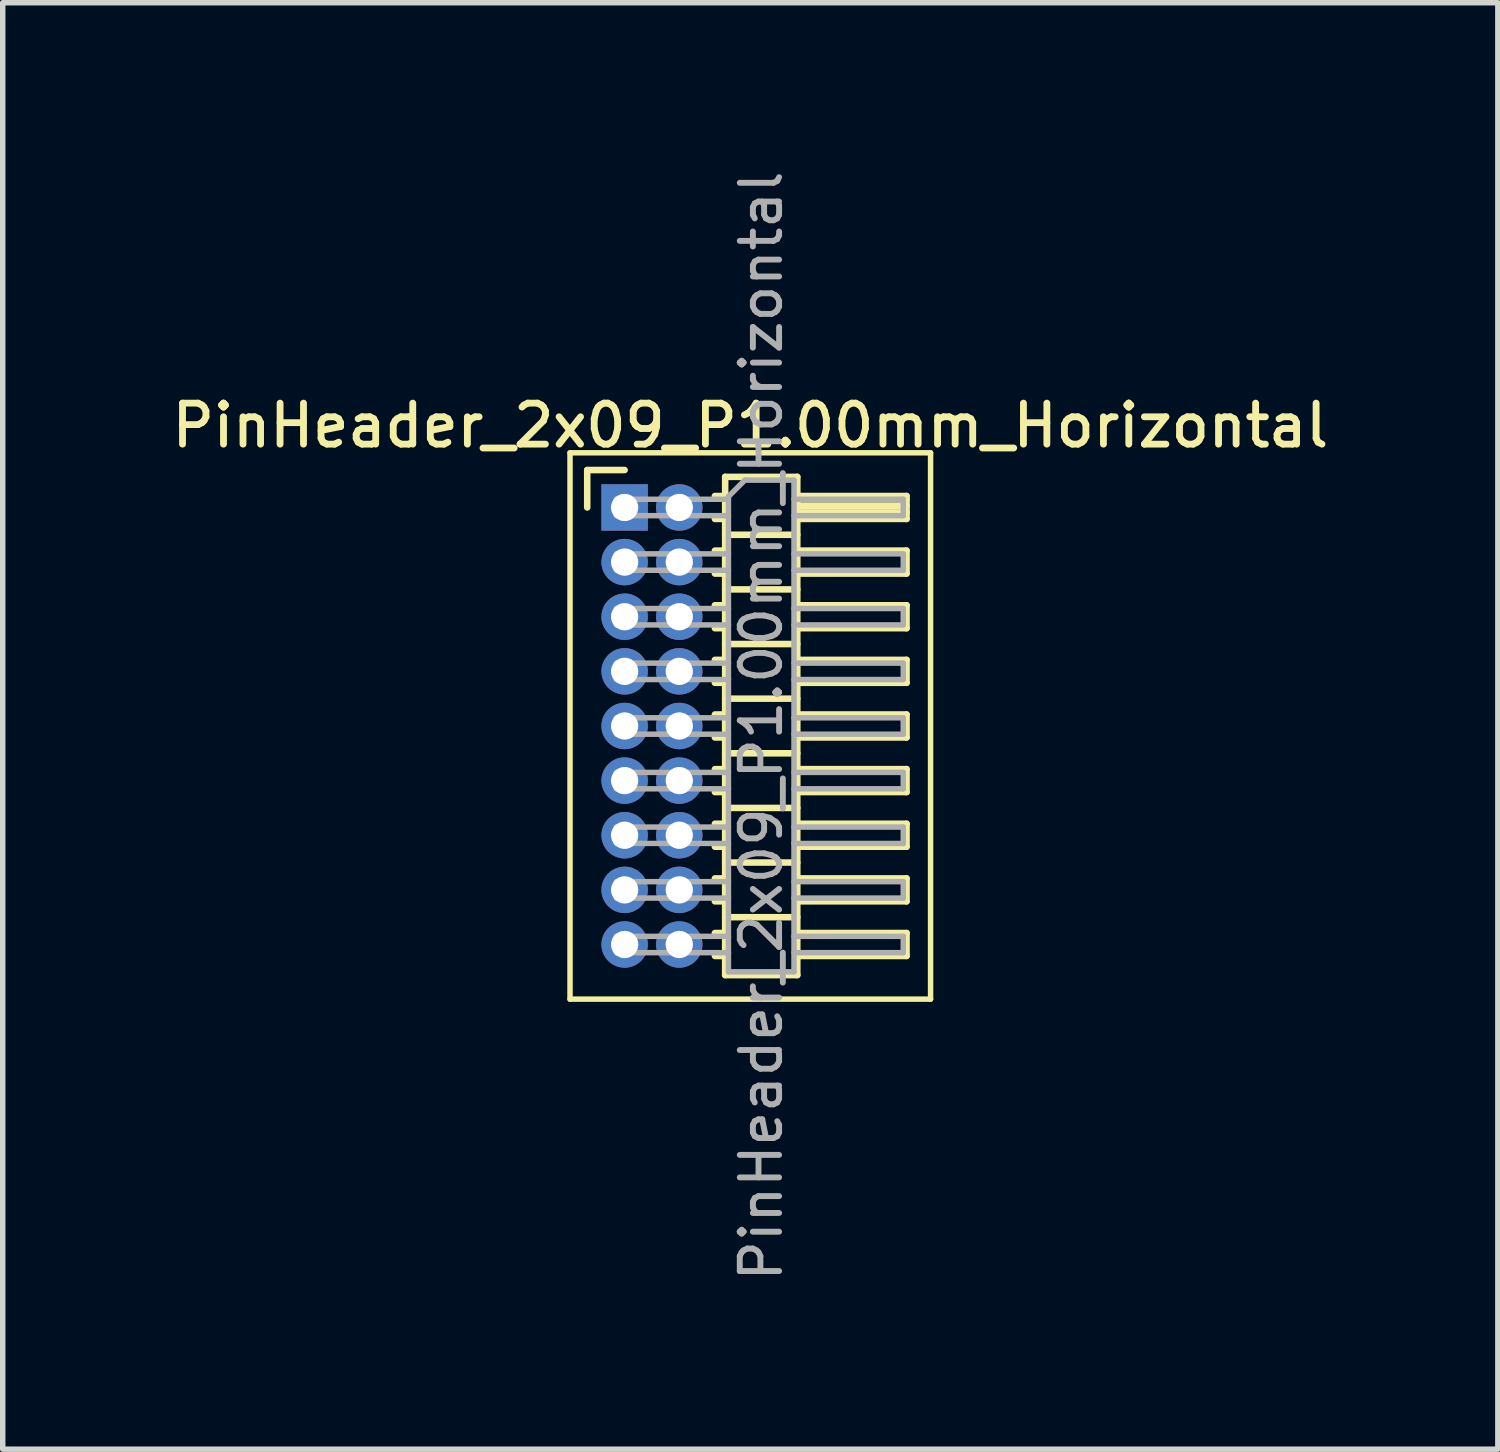
<source format=kicad_pcb>
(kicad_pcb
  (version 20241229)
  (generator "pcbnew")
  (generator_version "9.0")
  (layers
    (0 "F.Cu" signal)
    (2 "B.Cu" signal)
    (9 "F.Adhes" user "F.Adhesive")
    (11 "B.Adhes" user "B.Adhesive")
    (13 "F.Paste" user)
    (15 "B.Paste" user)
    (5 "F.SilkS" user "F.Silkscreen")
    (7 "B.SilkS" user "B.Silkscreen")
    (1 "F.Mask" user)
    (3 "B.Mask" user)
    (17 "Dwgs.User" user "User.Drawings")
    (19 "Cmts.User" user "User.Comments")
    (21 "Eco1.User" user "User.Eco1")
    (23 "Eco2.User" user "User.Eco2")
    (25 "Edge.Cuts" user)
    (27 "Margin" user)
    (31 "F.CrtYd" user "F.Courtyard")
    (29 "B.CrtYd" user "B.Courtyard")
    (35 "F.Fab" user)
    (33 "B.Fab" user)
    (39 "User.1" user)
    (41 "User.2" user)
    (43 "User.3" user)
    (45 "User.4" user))
  (footprint "PinHeader_2x09_P1.00mm_Horizontal"
    (layer "F.Cu")
    (at 8.384 6.239)
    (property "Reference" "PinHeader_2x09_P1.00mm_Horizontal" (at 2.3 -1.5 0) (layer "F.SilkS") (effects (font (size 0.75 0.75) (thickness 0.125))))
    (attr through_hole)
    (fp_line (start -1 -1) (end -1 9) (stroke (width 0.1) (type solid)) (layer "F.SilkS"))
    (fp_line (start -1 9) (end 5.6 9) (stroke (width 0.1) (type solid)) (layer "F.SilkS"))
    (fp_line (start -0.685 -0.685) (end 0 -0.685) (stroke (width 0.12) (type solid)) (layer "F.SilkS"))
    (fp_line (start -0.685 0) (end -0.685 -0.685) (stroke (width 0.12) (type solid)) (layer "F.SilkS"))
    (fp_line (start 1.652 -0.21) (end 1.84 -0.21) (stroke (width 0.12) (type solid)) (layer "F.SilkS"))
    (fp_line (start 1.652 0.21) (end 1.84 0.21) (stroke (width 0.12) (type solid)) (layer "F.SilkS"))
    (fp_line (start 1.652 0.79) (end 1.84 0.79) (stroke (width 0.12) (type solid)) (layer "F.SilkS"))
    (fp_line (start 1.652 1.21) (end 1.84 1.21) (stroke (width 0.12) (type solid)) (layer "F.SilkS"))
    (fp_line (start 1.652 1.79) (end 1.84 1.79) (stroke (width 0.12) (type solid)) (layer "F.SilkS"))
    (fp_line (start 1.652 2.21) (end 1.84 2.21) (stroke (width 0.12) (type solid)) (layer "F.SilkS"))
    (fp_line (start 1.652 2.79) (end 1.84 2.79) (stroke (width 0.12) (type solid)) (layer "F.SilkS"))
    (fp_line (start 1.652 3.21) (end 1.84 3.21) (stroke (width 0.12) (type solid)) (layer "F.SilkS"))
    (fp_line (start 1.652 3.79) (end 1.84 3.79) (stroke (width 0.12) (type solid)) (layer "F.SilkS"))
    (fp_line (start 1.652 4.21) (end 1.84 4.21) (stroke (width 0.12) (type solid)) (layer "F.SilkS"))
    (fp_line (start 1.652 4.79) (end 1.84 4.79) (stroke (width 0.12) (type solid)) (layer "F.SilkS"))
    (fp_line (start 1.652 5.21) (end 1.84 5.21) (stroke (width 0.12) (type solid)) (layer "F.SilkS"))
    (fp_line (start 1.652 5.79) (end 1.84 5.79) (stroke (width 0.12) (type solid)) (layer "F.SilkS"))
    (fp_line (start 1.652 6.21) (end 1.84 6.21) (stroke (width 0.12) (type solid)) (layer "F.SilkS"))
    (fp_line (start 1.652 6.79) (end 1.84 6.79) (stroke (width 0.12) (type solid)) (layer "F.SilkS"))
    (fp_line (start 1.652 7.21) (end 1.84 7.21) (stroke (width 0.12) (type solid)) (layer "F.SilkS"))
    (fp_line (start 1.652 7.79) (end 1.84 7.79) (stroke (width 0.12) (type solid)) (layer "F.SilkS"))
    (fp_line (start 1.652 8.21) (end 1.84 8.21) (stroke (width 0.12) (type solid)) (layer "F.SilkS"))
    (fp_line (start 1.84 -0.56) (end 1.84 8.56) (stroke (width 0.12) (type solid)) (layer "F.SilkS"))
    (fp_line (start 1.84 0.5) (end 3.16 0.5) (stroke (width 0.12) (type solid)) (layer "F.SilkS"))
    (fp_line (start 1.84 1.5) (end 3.16 1.5) (stroke (width 0.12) (type solid)) (layer "F.SilkS"))
    (fp_line (start 1.84 2.5) (end 3.16 2.5) (stroke (width 0.12) (type solid)) (layer "F.SilkS"))
    (fp_line (start 1.84 3.5) (end 3.16 3.5) (stroke (width 0.12) (type solid)) (layer "F.SilkS"))
    (fp_line (start 1.84 4.5) (end 3.16 4.5) (stroke (width 0.12) (type solid)) (layer "F.SilkS"))
    (fp_line (start 1.84 5.5) (end 3.16 5.5) (stroke (width 0.12) (type solid)) (layer "F.SilkS"))
    (fp_line (start 1.84 6.5) (end 3.16 6.5) (stroke (width 0.12) (type solid)) (layer "F.SilkS"))
    (fp_line (start 1.84 7.5) (end 3.16 7.5) (stroke (width 0.12) (type solid)) (layer "F.SilkS"))
    (fp_line (start 1.84 8.56) (end 3.16 8.56) (stroke (width 0.12) (type solid)) (layer "F.SilkS"))
    (fp_line (start 3.16 -0.56) (end 1.84 -0.56) (stroke (width 0.12) (type solid)) (layer "F.SilkS"))
    (fp_line (start 3.16 -0.21) (end 5.16 -0.21) (stroke (width 0.12) (type solid)) (layer "F.SilkS"))
    (fp_line (start 3.16 -0.15) (end 5.16 -0.15) (stroke (width 0.12) (type solid)) (layer "F.SilkS"))
    (fp_line (start 3.16 -0.03) (end 5.16 -0.03) (stroke (width 0.12) (type solid)) (layer "F.SilkS"))
    (fp_line (start 3.16 0.09) (end 5.16 0.09) (stroke (width 0.12) (type solid)) (layer "F.SilkS"))
    (fp_line (start 3.16 0.79) (end 5.16 0.79) (stroke (width 0.12) (type solid)) (layer "F.SilkS"))
    (fp_line (start 3.16 1.79) (end 5.16 1.79) (stroke (width 0.12) (type solid)) (layer "F.SilkS"))
    (fp_line (start 3.16 2.79) (end 5.16 2.79) (stroke (width 0.12) (type solid)) (layer "F.SilkS"))
    (fp_line (start 3.16 3.79) (end 5.16 3.79) (stroke (width 0.12) (type solid)) (layer "F.SilkS"))
    (fp_line (start 3.16 4.79) (end 5.16 4.79) (stroke (width 0.12) (type solid)) (layer "F.SilkS"))
    (fp_line (start 3.16 5.79) (end 5.16 5.79) (stroke (width 0.12) (type solid)) (layer "F.SilkS"))
    (fp_line (start 3.16 6.79) (end 5.16 6.79) (stroke (width 0.12) (type solid)) (layer "F.SilkS"))
    (fp_line (start 3.16 7.79) (end 5.16 7.79) (stroke (width 0.12) (type solid)) (layer "F.SilkS"))
    (fp_line (start 3.16 8.56) (end 3.16 -0.56) (stroke (width 0.12) (type solid)) (layer "F.SilkS"))
    (fp_line (start 5.16 -0.21) (end 5.16 0.21) (stroke (width 0.12) (type solid)) (layer "F.SilkS"))
    (fp_line (start 5.16 0.21) (end 3.16 0.21) (stroke (width 0.12) (type solid)) (layer "F.SilkS"))
    (fp_line (start 5.16 0.79) (end 5.16 1.21) (stroke (width 0.12) (type solid)) (layer "F.SilkS"))
    (fp_line (start 5.16 1.21) (end 3.16 1.21) (stroke (width 0.12) (type solid)) (layer "F.SilkS"))
    (fp_line (start 5.16 1.79) (end 5.16 2.21) (stroke (width 0.12) (type solid)) (layer "F.SilkS"))
    (fp_line (start 5.16 2.21) (end 3.16 2.21) (stroke (width 0.12) (type solid)) (layer "F.SilkS"))
    (fp_line (start 5.16 2.79) (end 5.16 3.21) (stroke (width 0.12) (type solid)) (layer "F.SilkS"))
    (fp_line (start 5.16 3.21) (end 3.16 3.21) (stroke (width 0.12) (type solid)) (layer "F.SilkS"))
    (fp_line (start 5.16 3.79) (end 5.16 4.21) (stroke (width 0.12) (type solid)) (layer "F.SilkS"))
    (fp_line (start 5.16 4.21) (end 3.16 4.21) (stroke (width 0.12) (type solid)) (layer "F.SilkS"))
    (fp_line (start 5.16 4.79) (end 5.16 5.21) (stroke (width 0.12) (type solid)) (layer "F.SilkS"))
    (fp_line (start 5.16 5.21) (end 3.16 5.21) (stroke (width 0.12) (type solid)) (layer "F.SilkS"))
    (fp_line (start 5.16 5.79) (end 5.16 6.21) (stroke (width 0.12) (type solid)) (layer "F.SilkS"))
    (fp_line (start 5.16 6.21) (end 3.16 6.21) (stroke (width 0.12) (type solid)) (layer "F.SilkS"))
    (fp_line (start 5.16 6.79) (end 5.16 7.21) (stroke (width 0.12) (type solid)) (layer "F.SilkS"))
    (fp_line (start 5.16 7.21) (end 3.16 7.21) (stroke (width 0.12) (type solid)) (layer "F.SilkS"))
    (fp_line (start 5.16 7.79) (end 5.16 8.21) (stroke (width 0.12) (type solid)) (layer "F.SilkS"))
    (fp_line (start 5.16 8.21) (end 3.16 8.21) (stroke (width 0.12) (type solid)) (layer "F.SilkS"))
    (fp_line (start 5.6 -1) (end -1 -1) (stroke (width 0.1) (type solid)) (layer "F.SilkS"))
    (fp_line (start 5.6 9) (end 5.6 -1) (stroke (width 0.1) (type solid)) (layer "F.SilkS"))
    (fp_line (start -0.15 -0.15) (end -0.15 0.15) (stroke (width 0.1) (type solid)) (layer "F.Fab"))
    (fp_line (start -0.15 -0.15) (end 1.9 -0.15) (stroke (width 0.1) (type solid)) (layer "F.Fab"))
    (fp_line (start -0.15 0.15) (end 1.9 0.15) (stroke (width 0.1) (type solid)) (layer "F.Fab"))
    (fp_line (start -0.15 0.85) (end -0.15 1.15) (stroke (width 0.1) (type solid)) (layer "F.Fab"))
    (fp_line (start -0.15 0.85) (end 1.9 0.85) (stroke (width 0.1) (type solid)) (layer "F.Fab"))
    (fp_line (start -0.15 1.15) (end 1.9 1.15) (stroke (width 0.1) (type solid)) (layer "F.Fab"))
    (fp_line (start -0.15 1.85) (end -0.15 2.15) (stroke (width 0.1) (type solid)) (layer "F.Fab"))
    (fp_line (start -0.15 1.85) (end 1.9 1.85) (stroke (width 0.1) (type solid)) (layer "F.Fab"))
    (fp_line (start -0.15 2.15) (end 1.9 2.15) (stroke (width 0.1) (type solid)) (layer "F.Fab"))
    (fp_line (start -0.15 2.85) (end -0.15 3.15) (stroke (width 0.1) (type solid)) (layer "F.Fab"))
    (fp_line (start -0.15 2.85) (end 1.9 2.85) (stroke (width 0.1) (type solid)) (layer "F.Fab"))
    (fp_line (start -0.15 3.15) (end 1.9 3.15) (stroke (width 0.1) (type solid)) (layer "F.Fab"))
    (fp_line (start -0.15 3.85) (end -0.15 4.15) (stroke (width 0.1) (type solid)) (layer "F.Fab"))
    (fp_line (start -0.15 3.85) (end 1.9 3.85) (stroke (width 0.1) (type solid)) (layer "F.Fab"))
    (fp_line (start -0.15 4.15) (end 1.9 4.15) (stroke (width 0.1) (type solid)) (layer "F.Fab"))
    (fp_line (start -0.15 4.85) (end -0.15 5.15) (stroke (width 0.1) (type solid)) (layer "F.Fab"))
    (fp_line (start -0.15 4.85) (end 1.9 4.85) (stroke (width 0.1) (type solid)) (layer "F.Fab"))
    (fp_line (start -0.15 5.15) (end 1.9 5.15) (stroke (width 0.1) (type solid)) (layer "F.Fab"))
    (fp_line (start -0.15 5.85) (end -0.15 6.15) (stroke (width 0.1) (type solid)) (layer "F.Fab"))
    (fp_line (start -0.15 5.85) (end 1.9 5.85) (stroke (width 0.1) (type solid)) (layer "F.Fab"))
    (fp_line (start -0.15 6.15) (end 1.9 6.15) (stroke (width 0.1) (type solid)) (layer "F.Fab"))
    (fp_line (start -0.15 6.85) (end -0.15 7.15) (stroke (width 0.1) (type solid)) (layer "F.Fab"))
    (fp_line (start -0.15 6.85) (end 1.9 6.85) (stroke (width 0.1) (type solid)) (layer "F.Fab"))
    (fp_line (start -0.15 7.15) (end 1.9 7.15) (stroke (width 0.1) (type solid)) (layer "F.Fab"))
    (fp_line (start -0.15 7.85) (end -0.15 8.15) (stroke (width 0.1) (type solid)) (layer "F.Fab"))
    (fp_line (start -0.15 7.85) (end 1.9 7.85) (stroke (width 0.1) (type solid)) (layer "F.Fab"))
    (fp_line (start -0.15 8.15) (end 1.9 8.15) (stroke (width 0.1) (type solid)) (layer "F.Fab"))
    (fp_line (start 1.9 -0.2) (end 2.2 -0.5) (stroke (width 0.1) (type solid)) (layer "F.Fab"))
    (fp_line (start 1.9 8.5) (end 1.9 -0.2) (stroke (width 0.1) (type solid)) (layer "F.Fab"))
    (fp_line (start 2.2 -0.5) (end 3.1 -0.5) (stroke (width 0.1) (type solid)) (layer "F.Fab"))
    (fp_line (start 3.1 -0.5) (end 3.1 8.5) (stroke (width 0.1) (type solid)) (layer "F.Fab"))
    (fp_line (start 3.1 -0.15) (end 5.1 -0.15) (stroke (width 0.1) (type solid)) (layer "F.Fab"))
    (fp_line (start 3.1 0.15) (end 5.1 0.15) (stroke (width 0.1) (type solid)) (layer "F.Fab"))
    (fp_line (start 3.1 0.85) (end 5.1 0.85) (stroke (width 0.1) (type solid)) (layer "F.Fab"))
    (fp_line (start 3.1 1.15) (end 5.1 1.15) (stroke (width 0.1) (type solid)) (layer "F.Fab"))
    (fp_line (start 3.1 1.85) (end 5.1 1.85) (stroke (width 0.1) (type solid)) (layer "F.Fab"))
    (fp_line (start 3.1 2.15) (end 5.1 2.15) (stroke (width 0.1) (type solid)) (layer "F.Fab"))
    (fp_line (start 3.1 2.85) (end 5.1 2.85) (stroke (width 0.1) (type solid)) (layer "F.Fab"))
    (fp_line (start 3.1 3.15) (end 5.1 3.15) (stroke (width 0.1) (type solid)) (layer "F.Fab"))
    (fp_line (start 3.1 3.85) (end 5.1 3.85) (stroke (width 0.1) (type solid)) (layer "F.Fab"))
    (fp_line (start 3.1 4.15) (end 5.1 4.15) (stroke (width 0.1) (type solid)) (layer "F.Fab"))
    (fp_line (start 3.1 4.85) (end 5.1 4.85) (stroke (width 0.1) (type solid)) (layer "F.Fab"))
    (fp_line (start 3.1 5.15) (end 5.1 5.15) (stroke (width 0.1) (type solid)) (layer "F.Fab"))
    (fp_line (start 3.1 5.85) (end 5.1 5.85) (stroke (width 0.1) (type solid)) (layer "F.Fab"))
    (fp_line (start 3.1 6.15) (end 5.1 6.15) (stroke (width 0.1) (type solid)) (layer "F.Fab"))
    (fp_line (start 3.1 6.85) (end 5.1 6.85) (stroke (width 0.1) (type solid)) (layer "F.Fab"))
    (fp_line (start 3.1 7.15) (end 5.1 7.15) (stroke (width 0.1) (type solid)) (layer "F.Fab"))
    (fp_line (start 3.1 7.85) (end 5.1 7.85) (stroke (width 0.1) (type solid)) (layer "F.Fab"))
    (fp_line (start 3.1 8.15) (end 5.1 8.15) (stroke (width 0.1) (type solid)) (layer "F.Fab"))
    (fp_line (start 3.1 8.5) (end 1.9 8.5) (stroke (width 0.1) (type solid)) (layer "F.Fab"))
    (fp_line (start 5.1 -0.15) (end 5.1 0.15) (stroke (width 0.1) (type solid)) (layer "F.Fab"))
    (fp_line (start 5.1 0.85) (end 5.1 1.15) (stroke (width 0.1) (type solid)) (layer "F.Fab"))
    (fp_line (start 5.1 1.85) (end 5.1 2.15) (stroke (width 0.1) (type solid)) (layer "F.Fab"))
    (fp_line (start 5.1 2.85) (end 5.1 3.15) (stroke (width 0.1) (type solid)) (layer "F.Fab"))
    (fp_line (start 5.1 3.85) (end 5.1 4.15) (stroke (width 0.1) (type solid)) (layer "F.Fab"))
    (fp_line (start 5.1 4.85) (end 5.1 5.15) (stroke (width 0.1) (type solid)) (layer "F.Fab"))
    (fp_line (start 5.1 5.85) (end 5.1 6.15) (stroke (width 0.1) (type solid)) (layer "F.Fab"))
    (fp_line (start 5.1 6.85) (end 5.1 7.15) (stroke (width 0.1) (type solid)) (layer "F.Fab"))
    (fp_line (start 5.1 7.85) (end 5.1 8.15) (stroke (width 0.1) (type solid)) (layer "F.Fab"))
    (fp_text user "${REFERENCE}" (at 2.5 4 90) (layer "F.Fab") (effects (font (size 0.72 0.72) (thickness 0.108))))
    (pad "1" thru_hole rect (at 0 0) (size 0.85 0.85) (drill 0.5) (layers "*.Cu" "*.Mask"))
    (pad "2" thru_hole oval (at 1 0) (size 0.85 0.85) (drill 0.5) (layers "*.Cu" "*.Mask"))
    (pad "3" thru_hole oval (at 0 1) (size 0.85 0.85) (drill 0.5) (layers "*.Cu" "*.Mask"))
    (pad "4" thru_hole oval (at 1 1) (size 0.85 0.85) (drill 0.5) (layers "*.Cu" "*.Mask"))
    (pad "5" thru_hole oval (at 0 2) (size 0.85 0.85) (drill 0.5) (layers "*.Cu" "*.Mask"))
    (pad "6" thru_hole oval (at 1 2) (size 0.85 0.85) (drill 0.5) (layers "*.Cu" "*.Mask"))
    (pad "7" thru_hole oval (at 0 3) (size 0.85 0.85) (drill 0.5) (layers "*.Cu" "*.Mask"))
    (pad "8" thru_hole oval (at 1 3) (size 0.85 0.85) (drill 0.5) (layers "*.Cu" "*.Mask"))
    (pad "9" thru_hole oval (at 0 4) (size 0.85 0.85) (drill 0.5) (layers "*.Cu" "*.Mask"))
    (pad "10" thru_hole oval (at 1 4) (size 0.85 0.85) (drill 0.5) (layers "*.Cu" "*.Mask"))
    (pad "11" thru_hole oval (at 0 5) (size 0.85 0.85) (drill 0.5) (layers "*.Cu" "*.Mask"))
    (pad "12" thru_hole oval (at 1 5) (size 0.85 0.85) (drill 0.5) (layers "*.Cu" "*.Mask"))
    (pad "13" thru_hole oval (at 0 6) (size 0.85 0.85) (drill 0.5) (layers "*.Cu" "*.Mask"))
    (pad "14" thru_hole oval (at 1 6) (size 0.85 0.85) (drill 0.5) (layers "*.Cu" "*.Mask"))
    (pad "15" thru_hole oval (at 0 7) (size 0.85 0.85) (drill 0.5) (layers "*.Cu" "*.Mask"))
    (pad "16" thru_hole oval (at 1 7) (size 0.85 0.85) (drill 0.5) (layers "*.Cu" "*.Mask"))
    (pad "17" thru_hole oval (at 0 8) (size 0.85 0.85) (drill 0.5) (layers "*.Cu" "*.Mask"))
    (pad "18" thru_hole oval (at 1 8) (size 0.85 0.85) (drill 0.5) (layers "*.Cu" "*.Mask")))
  (gr_rect
    (start -3 -3)
    (end 24.368 23.477)
    (stroke (width 0.1) (type default))
    (fill no)
    (layer "Edge.Cuts")))
</source>
